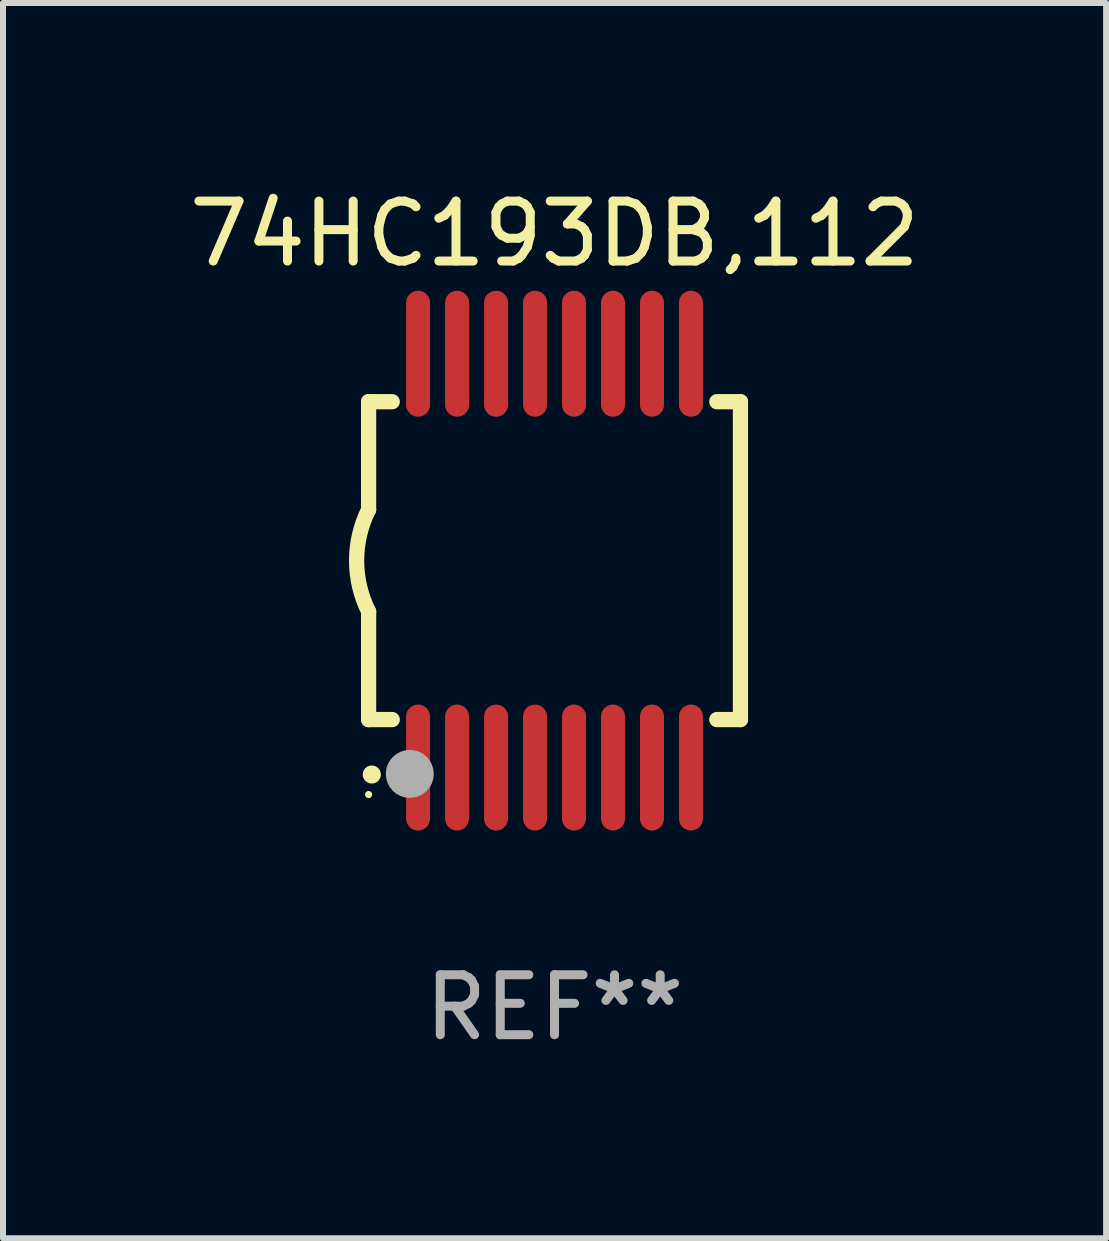
<source format=kicad_pcb>
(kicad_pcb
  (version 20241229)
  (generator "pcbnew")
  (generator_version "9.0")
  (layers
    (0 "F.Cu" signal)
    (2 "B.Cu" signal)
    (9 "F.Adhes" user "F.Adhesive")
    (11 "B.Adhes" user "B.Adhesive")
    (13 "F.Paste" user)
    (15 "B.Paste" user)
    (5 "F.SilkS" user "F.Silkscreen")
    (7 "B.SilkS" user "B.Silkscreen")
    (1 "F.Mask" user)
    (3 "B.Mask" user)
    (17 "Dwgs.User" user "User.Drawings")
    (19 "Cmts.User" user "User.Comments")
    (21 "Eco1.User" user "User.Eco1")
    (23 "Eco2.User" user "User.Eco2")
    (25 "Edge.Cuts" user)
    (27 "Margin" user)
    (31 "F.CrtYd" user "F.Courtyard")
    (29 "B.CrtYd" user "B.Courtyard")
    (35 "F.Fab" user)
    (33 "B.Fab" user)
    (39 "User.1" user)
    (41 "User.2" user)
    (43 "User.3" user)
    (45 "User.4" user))
  (footprint "74HC193DB,112"
    (layer "F.Cu")
    (at 6.196 6.298)
    (property "Reference" "74HC193DB,112" (at 0 -5.45 0) (layer "F.SilkS") (effects (font (size 1 1) (thickness 0.15))))
    (attr through_hole)
    (fp_line (start -3.1 -2.65) (end -3.1 -0.85) (stroke (width 0.254) (type solid)) (layer "F.SilkS"))
    (fp_line (start -3.1 -2.65) (end -2.706 -2.65) (stroke (width 0.254) (type solid)) (layer "F.SilkS"))
    (fp_line (start -3.1 2.65) (end -3.1 0.85) (stroke (width 0.254) (type solid)) (layer "F.SilkS"))
    (fp_line (start -3.1 2.65) (end -2.706 2.65) (stroke (width 0.254) (type solid)) (layer "F.SilkS"))
    (fp_line (start 2.706 -2.65) (end 3.1 -2.65) (stroke (width 0.254) (type solid)) (layer "F.SilkS"))
    (fp_line (start 2.706 2.65) (end 3.1 2.65) (stroke (width 0.254) (type solid)) (layer "F.SilkS"))
    (fp_line (start 3.1 -2.65) (end 3.1 2.65) (stroke (width 0.254) (type solid)) (layer "F.SilkS"))
    (fp_arc (start -3.098907 0.850902) (mid -3.300057 0.000523) (end -3.1 -0.850114) (stroke (width 0.254001) (type solid)) (layer "F.SilkS"))
    (fp_arc (start -3.048006 3.566066) (mid -3.046736 3.566061) (end -3.045466 3.566066) (stroke (width 0.3) (type solid)) (layer "F.SilkS"))
    (fp_circle (center -3.1 3.9) (end -3.07 3.9) (stroke (width 0.06) (type solid)) (fill no) (layer "F.SilkS"))
    (fp_circle (center -2.413 3.556) (end -2.213 3.556) (stroke (width 0.4) (type solid)) (fill no) (layer "F.Fab"))
    (fp_text user "REF**" (at 0 7.45 0) (layer "F.Fab") (effects (font (size 1 1) (thickness 0.15))))
    (pad "1" smd oval (at -2.275 3.45 180) (size 0.4 2.1) (layers "F.Cu" "F.Mask" "F.Paste"))
    (pad "2" smd oval (at -1.625 3.45 180) (size 0.4 2.1) (layers "F.Cu" "F.Mask" "F.Paste"))
    (pad "3" smd oval (at -0.975 3.45 180) (size 0.4 2.1) (layers "F.Cu" "F.Mask" "F.Paste"))
    (pad "4" smd oval (at -0.325 3.45 180) (size 0.4 2.1) (layers "F.Cu" "F.Mask" "F.Paste"))
    (pad "5" smd oval (at 0.325 3.45 180) (size 0.4 2.1) (layers "F.Cu" "F.Mask" "F.Paste"))
    (pad "6" smd oval (at 0.975 3.45 180) (size 0.4 2.1) (layers "F.Cu" "F.Mask" "F.Paste"))
    (pad "7" smd oval (at 1.625 3.45 180) (size 0.4 2.1) (layers "F.Cu" "F.Mask" "F.Paste"))
    (pad "8" smd oval (at 2.275 3.45 180) (size 0.4 2.1) (layers "F.Cu" "F.Mask" "F.Paste"))
    (pad "9" smd oval (at 2.275 -3.45 180) (size 0.4 2.1) (layers "F.Cu" "F.Mask" "F.Paste"))
    (pad "10" smd oval (at 1.625 -3.45 180) (size 0.4 2.1) (layers "F.Cu" "F.Mask" "F.Paste"))
    (pad "11" smd oval (at 0.975 -3.45 180) (size 0.4 2.1) (layers "F.Cu" "F.Mask" "F.Paste"))
    (pad "12" smd oval (at 0.325 -3.45 180) (size 0.4 2.1) (layers "F.Cu" "F.Mask" "F.Paste"))
    (pad "13" smd oval (at -0.325 -3.45 180) (size 0.4 2.1) (layers "F.Cu" "F.Mask" "F.Paste"))
    (pad "14" smd oval (at -0.975 -3.45 180) (size 0.4 2.1) (layers "F.Cu" "F.Mask" "F.Paste"))
    (pad "15" smd oval (at -1.625 -3.45 180) (size 0.4 2.1) (layers "F.Cu" "F.Mask" "F.Paste"))
    (pad "16" smd oval (at -2.275 -3.45 180) (size 0.4 2.1) (layers "F.Cu" "F.Mask" "F.Paste")))
  (gr_rect
    (start -3 -3)
    (end 15.393 17.597)
    (stroke (width 0.1) (type default))
    (fill no)
    (layer "Edge.Cuts")))
</source>
